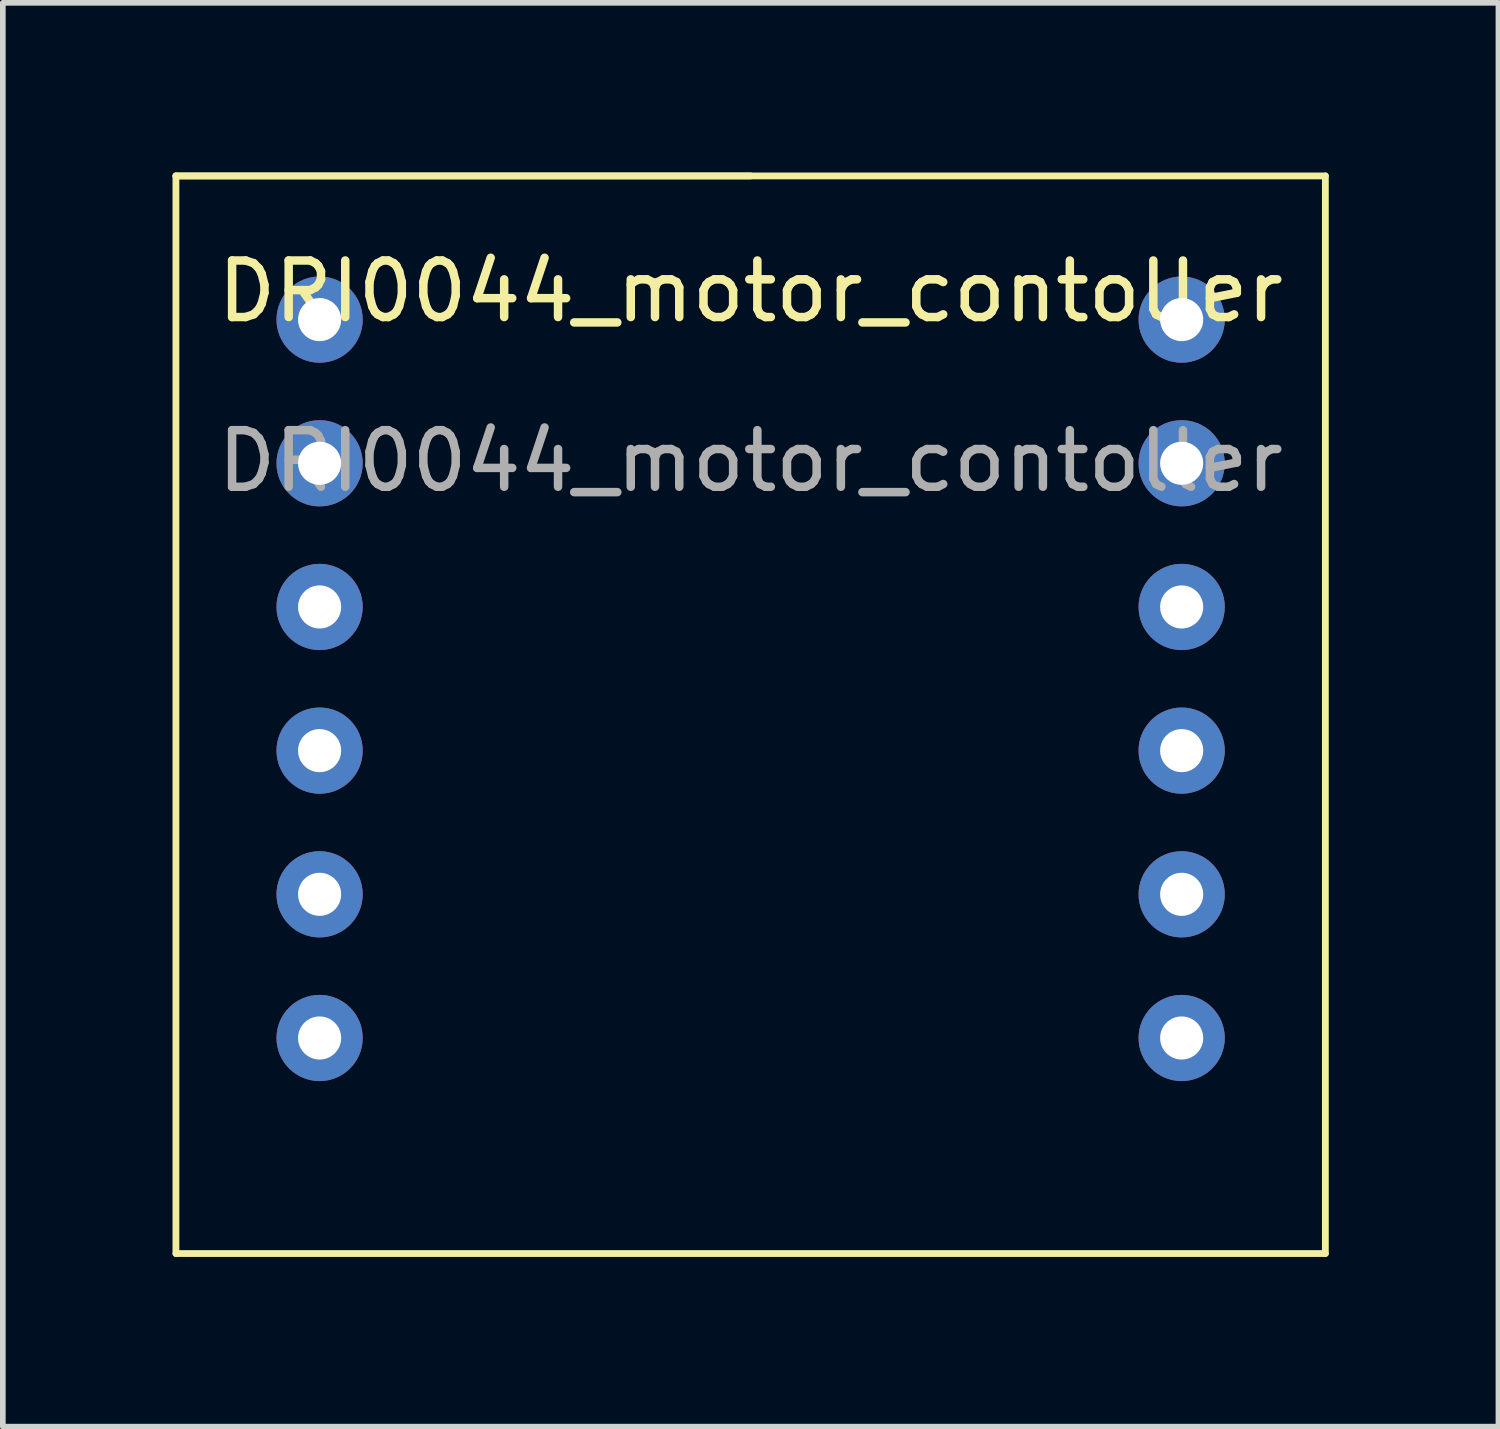
<source format=kicad_pcb>
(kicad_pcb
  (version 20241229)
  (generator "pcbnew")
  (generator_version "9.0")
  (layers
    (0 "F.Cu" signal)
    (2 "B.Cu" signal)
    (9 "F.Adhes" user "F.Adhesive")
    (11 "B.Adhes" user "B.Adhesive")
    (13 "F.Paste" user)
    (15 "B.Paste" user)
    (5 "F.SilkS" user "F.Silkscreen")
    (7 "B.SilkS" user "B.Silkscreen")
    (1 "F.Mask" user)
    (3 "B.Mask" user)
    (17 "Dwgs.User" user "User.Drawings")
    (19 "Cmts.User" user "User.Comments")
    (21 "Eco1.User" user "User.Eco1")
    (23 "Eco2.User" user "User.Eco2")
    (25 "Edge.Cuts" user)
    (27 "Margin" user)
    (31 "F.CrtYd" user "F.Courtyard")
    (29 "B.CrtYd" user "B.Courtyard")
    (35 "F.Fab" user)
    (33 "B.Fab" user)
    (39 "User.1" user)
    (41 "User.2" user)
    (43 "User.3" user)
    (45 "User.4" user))
  (footprint "DRI0044_motor_contoller"
    (layer "F.Cu")
    (at 10.22 2.6)
    (property "Reference" "DRI0044_motor_contoller" (at 0 -0.5 0) (unlocked yes) (layer "F.SilkS") (effects (font (size 1 1) (thickness 0.15))))
    (attr through_hole)
    (fp_line (start -10.16 -2.54) (end 10.16 -2.54) (stroke (width 0.12) (type solid)) (layer "F.SilkS"))
    (fp_line (start -10.16 16.51) (end -10.16 -2.54) (stroke (width 0.12) (type solid)) (layer "F.SilkS"))
    (fp_line (start 0 -2.54) (end -10.16 -2.54) (stroke (width 0.12) (type solid)) (layer "F.SilkS"))
    (fp_line (start 10.16 -2.54) (end 10.16 16.51) (stroke (width 0.12) (type solid)) (layer "F.SilkS"))
    (fp_line (start 10.16 16.51) (end -10.16 16.51) (stroke (width 0.12) (type solid)) (layer "F.SilkS"))
    (fp_text user "${REFERENCE}" (at 0 2.5 0) (unlocked yes) (layer "F.Fab") (effects (font (size 1 1) (thickness 0.15))))
    (pad "1" thru_hole circle (at -7.62 0) (size 1.524 1.524) (drill 0.762) (layers "*.Cu" "*.Mask"))
    (pad "2" thru_hole circle (at -7.62 2.54) (size 1.524 1.524) (drill 0.762) (layers "*.Cu" "*.Mask"))
    (pad "3" thru_hole circle (at -7.62 5.08) (size 1.524 1.524) (drill 0.762) (layers "*.Cu" "*.Mask"))
    (pad "4" thru_hole circle (at -7.62 7.62) (size 1.524 1.524) (drill 0.762) (layers "*.Cu" "*.Mask"))
    (pad "5" thru_hole circle (at -7.62 10.16) (size 1.524 1.524) (drill 0.762) (layers "*.Cu" "*.Mask"))
    (pad "6" thru_hole circle (at -7.62 12.7) (size 1.524 1.524) (drill 0.762) (layers "*.Cu" "*.Mask"))
    (pad "7" thru_hole circle (at 7.62 12.7) (size 1.524 1.524) (drill 0.762) (layers "*.Cu" "*.Mask"))
    (pad "8" thru_hole circle (at 7.62 10.16) (size 1.524 1.524) (drill 0.762) (layers "*.Cu" "*.Mask"))
    (pad "9" thru_hole circle (at 7.62 7.62) (size 1.524 1.524) (drill 0.762) (layers "*.Cu" "*.Mask"))
    (pad "10" thru_hole circle (at 7.62 5.08) (size 1.524 1.524) (drill 0.762) (layers "*.Cu" "*.Mask"))
    (pad "11" thru_hole circle (at 7.62 2.54) (size 1.524 1.524) (drill 0.762) (layers "*.Cu" "*.Mask"))
    (pad "12" thru_hole circle (at 7.62 0) (size 1.524 1.524) (drill 0.762) (layers "*.Cu" "*.Mask")))
  (gr_rect
    (start -3 -3)
    (end 23.44 22.17)
    (stroke (width 0.1) (type default))
    (fill no)
    (layer "Edge.Cuts")))
</source>
